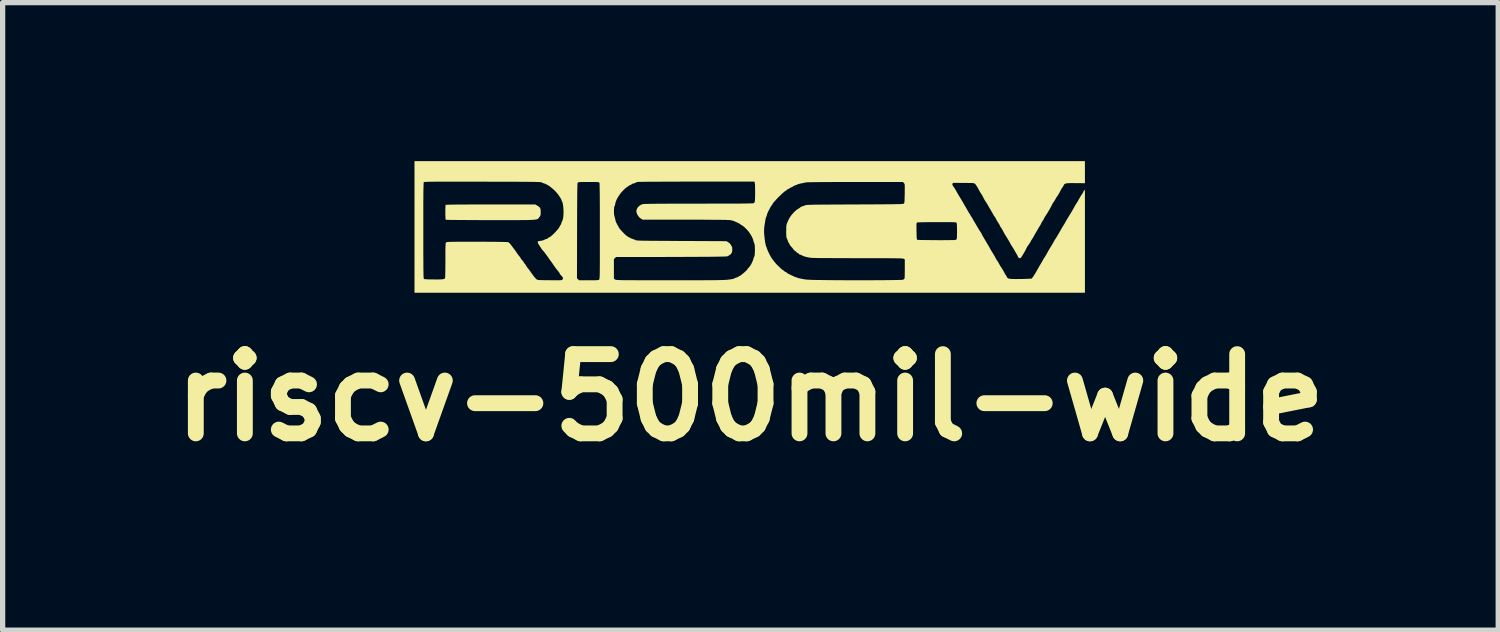
<source format=kicad_pcb>
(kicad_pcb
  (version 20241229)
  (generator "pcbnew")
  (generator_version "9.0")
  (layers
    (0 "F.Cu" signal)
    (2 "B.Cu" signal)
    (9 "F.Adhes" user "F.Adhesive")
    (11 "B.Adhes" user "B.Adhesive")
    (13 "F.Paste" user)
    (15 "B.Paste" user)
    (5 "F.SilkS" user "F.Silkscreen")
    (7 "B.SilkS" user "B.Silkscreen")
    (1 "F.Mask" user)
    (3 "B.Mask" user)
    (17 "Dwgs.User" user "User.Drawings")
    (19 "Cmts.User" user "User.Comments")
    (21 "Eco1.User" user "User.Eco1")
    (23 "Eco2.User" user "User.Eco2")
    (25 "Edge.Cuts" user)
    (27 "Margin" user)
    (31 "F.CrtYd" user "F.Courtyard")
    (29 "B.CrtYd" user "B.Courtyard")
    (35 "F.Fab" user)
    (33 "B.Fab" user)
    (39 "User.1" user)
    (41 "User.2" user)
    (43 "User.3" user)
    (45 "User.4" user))
  (footprint "riscv-500mil-wide"
    (layer "F.Cu")
    (at 11.147 1.246)
    (property "Reference" "riscv-500mil-wide" (at 0.01 3.23 0) (layer "F.SilkS") (effects (font (size 1.5 1.5) (thickness 0.3))))
    (attr board_only exclude_from_pos_files exclude_from_bom)
    (fp_poly (pts (xy -4.03 -0.406) (xy -3.999 -0.387) (xy -3.979 -0.368) (xy -3.967 -0.347) (xy -3.962 -0.318) (xy -3.961 -0.282) (xy -3.961 -0.25) (xy -3.963 -0.228) (xy -3.968 -0.213) (xy -3.976 -0.199) (xy -3.987 -0.185) (xy -3.993 -0.176) (xy -3.999 -0.169) (xy -4.004 -0.162) (xy -4.01 -0.156) (xy -4.018 -0.151) (xy -4.028 -0.146) (xy -4.042 -0.142) (xy -4.059 -0.139) (xy -4.082 -0.137) (xy -4.11 -0.134) (xy -4.146 -0.133) (xy -4.188 -0.131) (xy -4.239 -0.13) (xy -4.3 -0.13) (xy -4.37 -0.129) (xy -4.452 -0.129) (xy -4.545 -0.129) (xy -4.651 -0.129) (xy -4.77 -0.129) (xy -4.903 -0.129) (xy -4.904 -0.129) (xy -5.016 -0.129) (xy -5.124 -0.129) (xy -5.226 -0.13) (xy -5.323 -0.13) (xy -5.412 -0.131) (xy -5.493 -0.131) (xy -5.566 -0.132) (xy -5.628 -0.132) (xy -5.679 -0.133) (xy -5.718 -0.134) (xy -5.743 -0.135) (xy -5.755 -0.135) (xy -5.756 -0.136) (xy -5.76 -0.142) (xy -5.763 -0.156) (xy -5.764 -0.18) (xy -5.766 -0.216) (xy -5.766 -0.265) (xy -5.766 -0.276) (xy -5.766 -0.32) (xy -5.765 -0.359) (xy -5.764 -0.39) (xy -5.763 -0.41) (xy -5.761 -0.418) (xy -5.753 -0.419) (xy -5.729 -0.42) (xy -5.691 -0.421) (xy -5.639 -0.422) (xy -5.571 -0.423) (xy -5.49 -0.424) (xy -5.395 -0.424) (xy -5.286 -0.425) (xy -5.163 -0.425) (xy -5.027 -0.425) (xy -4.91 -0.425) (xy -4.063 -0.425)) (stroke (width 0) (type solid)) (fill yes) (layer "F.SilkS"))
    (fp_poly (pts (xy 6.342 -1.037) (xy 6.342 -0.828) (xy 6.164 -0.829) (xy 6.103 -0.83) (xy 6.054 -0.829) (xy 6.018 -0.828) (xy 5.99 -0.824) (xy 5.971 -0.82) (xy 5.957 -0.812) (xy 5.948 -0.802) (xy 5.94 -0.789) (xy 5.936 -0.778) (xy 5.926 -0.76) (xy 5.918 -0.749) (xy 5.917 -0.748) (xy 5.909 -0.739) (xy 5.898 -0.721) (xy 5.895 -0.715) (xy 5.874 -0.675) (xy 5.854 -0.639) (xy 5.836 -0.608) (xy 5.823 -0.587) (xy 5.818 -0.581) (xy 5.808 -0.567) (xy 5.794 -0.544) (xy 5.781 -0.52) (xy 5.767 -0.497) (xy 5.756 -0.479) (xy 5.75 -0.471) (xy 5.75 -0.471) (xy 5.746 -0.468) (xy 5.741 -0.46) (xy 5.733 -0.446) (xy 5.721 -0.423) (xy 5.704 -0.39) (xy 5.699 -0.38) (xy 5.683 -0.35) (xy 5.661 -0.313) (xy 5.638 -0.274) (xy 5.615 -0.237) (xy 5.595 -0.207) (xy 5.594 -0.205) (xy 5.579 -0.182) (xy 5.567 -0.16) (xy 5.564 -0.151) (xy 5.555 -0.133) (xy 5.541 -0.113) (xy 5.54 -0.111) (xy 5.528 -0.095) (xy 5.522 -0.083) (xy 5.522 -0.082) (xy 5.518 -0.072) (xy 5.508 -0.053) (xy 5.494 -0.028) (xy 5.489 -0.02) (xy 5.471 0.009) (xy 5.456 0.035) (xy 5.444 0.054) (xy 5.443 0.057) (xy 5.431 0.078) (xy 5.416 0.103) (xy 5.412 0.11) (xy 5.397 0.135) (xy 5.381 0.165) (xy 5.374 0.178) (xy 5.358 0.205) (xy 5.342 0.23) (xy 5.335 0.241) (xy 5.324 0.258) (xy 5.317 0.269) (xy 5.317 0.271) (xy 5.313 0.281) (xy 5.303 0.298) (xy 5.289 0.319) (xy 5.275 0.34) (xy 5.263 0.355) (xy 5.261 0.357) (xy 5.253 0.369) (xy 5.241 0.391) (xy 5.228 0.417) (xy 5.226 0.422) (xy 5.209 0.455) (xy 5.189 0.49) (xy 5.173 0.517) (xy 5.158 0.541) (xy 5.145 0.562) (xy 5.138 0.573) (xy 5.125 0.586) (xy 5.11 0.591) (xy 5.096 0.591) (xy 5.086 0.583) (xy 5.076 0.565) (xy 5.074 0.561) (xy 5.059 0.532) (xy 5.043 0.503) (xy 5.04 0.498) (xy 5.024 0.471) (xy 5.009 0.445) (xy 5.006 0.439) (xy 4.992 0.415) (xy 4.975 0.388) (xy 4.969 0.379) (xy 4.953 0.354) (xy 4.935 0.324) (xy 4.92 0.296) (xy 4.904 0.267) (xy 4.883 0.232) (xy 4.86 0.195) (xy 4.85 0.178) (xy 4.83 0.146) (xy 4.812 0.114) (xy 4.797 0.088) (xy 4.792 0.076) (xy 4.776 0.048) (xy 4.759 0.019) (xy 4.754 0.013) (xy 4.741 -0.006) (xy 4.733 -0.021) (xy 4.732 -0.025) (xy 4.728 -0.035) (xy 4.718 -0.052) (xy 4.711 -0.063) (xy 4.692 -0.092) (xy 4.679 -0.114) (xy 4.668 -0.132) (xy 4.658 -0.153) (xy 4.656 -0.157) (xy 4.645 -0.177) (xy 4.636 -0.191) (xy 4.634 -0.194) (xy 4.625 -0.203) (xy 4.616 -0.219) (xy 4.608 -0.233) (xy 4.595 -0.257) (xy 4.577 -0.288) (xy 4.557 -0.322) (xy 4.553 -0.329) (xy 4.532 -0.364) (xy 4.514 -0.396) (xy 4.499 -0.422) (xy 4.489 -0.439) (xy 4.488 -0.441) (xy 4.477 -0.46) (xy 4.466 -0.475) (xy 4.452 -0.496) (xy 4.433 -0.528) (xy 4.412 -0.57) (xy 4.398 -0.596) (xy 4.383 -0.62) (xy 4.379 -0.627) (xy 4.366 -0.646) (xy 4.35 -0.672) (xy 4.338 -0.695) (xy 4.312 -0.743) (xy 4.29 -0.778) (xy 4.273 -0.803) (xy 4.262 -0.815) (xy 4.256 -0.82) (xy 4.25 -0.824) (xy 4.24 -0.827) (xy 4.226 -0.829) (xy 4.205 -0.831) (xy 4.176 -0.832) (xy 4.136 -0.832) (xy 4.084 -0.833) (xy 4.044 -0.833) (xy 3.842 -0.834) (xy 3.835 -0.815) (xy 3.832 -0.798) (xy 3.84 -0.781) (xy 3.844 -0.776) (xy 3.876 -0.731) (xy 3.908 -0.677) (xy 3.921 -0.653) (xy 3.936 -0.626) (xy 3.956 -0.592) (xy 3.976 -0.56) (xy 3.977 -0.558) (xy 3.997 -0.525) (xy 4.019 -0.488) (xy 4.038 -0.456) (xy 4.038 -0.456) (xy 4.056 -0.423) (xy 4.076 -0.389) (xy 4.091 -0.365) (xy 4.107 -0.336) (xy 4.123 -0.308) (xy 4.132 -0.292) (xy 4.144 -0.27) (xy 4.155 -0.254) (xy 4.159 -0.251) (xy 4.168 -0.238) (xy 4.17 -0.231) (xy 4.175 -0.219) (xy 4.185 -0.202) (xy 4.187 -0.2) (xy 4.202 -0.18) (xy 4.214 -0.16) (xy 4.214 -0.16) (xy 4.223 -0.142) (xy 4.236 -0.118) (xy 4.244 -0.106) (xy 4.256 -0.085) (xy 4.274 -0.055) (xy 4.294 -0.021) (xy 4.309 0.006) (xy 4.328 0.037) (xy 4.343 0.063) (xy 4.355 0.081) (xy 4.361 0.088) (xy 4.368 0.097) (xy 4.378 0.114) (xy 4.383 0.124) (xy 4.392 0.144) (xy 4.404 0.166) (xy 4.42 0.193) (xy 4.44 0.228) (xy 4.467 0.273) (xy 4.473 0.283) (xy 4.493 0.317) (xy 4.516 0.356) (xy 4.538 0.394) (xy 4.541 0.4) (xy 4.565 0.442) (xy 4.585 0.476) (xy 4.604 0.507) (xy 4.624 0.539) (xy 4.638 0.564) (xy 4.652 0.59) (xy 4.653 0.592) (xy 4.664 0.614) (xy 4.675 0.63) (xy 4.677 0.632) (xy 4.691 0.652) (xy 4.71 0.684) (xy 4.726 0.714) (xy 4.735 0.731) (xy 4.75 0.754) (xy 4.759 0.767) (xy 4.775 0.791) (xy 4.789 0.815) (xy 4.795 0.824) (xy 4.816 0.864) (xy 4.831 0.893) (xy 4.843 0.911) (xy 4.848 0.918) (xy 4.859 0.935) (xy 4.867 0.951) (xy 4.873 0.962) (xy 4.883 0.97) (xy 4.897 0.977) (xy 4.918 0.981) (xy 4.947 0.985) (xy 4.986 0.986) (xy 5.037 0.987) (xy 5.1 0.986) (xy 5.13 0.986) (xy 5.183 0.985) (xy 5.231 0.983) (xy 5.272 0.982) (xy 5.305 0.98) (xy 5.325 0.979) (xy 5.332 0.977) (xy 5.341 0.969) (xy 5.356 0.949) (xy 5.375 0.922) (xy 5.395 0.89) (xy 5.416 0.855) (xy 5.436 0.82) (xy 5.442 0.809) (xy 5.455 0.786) (xy 5.473 0.754) (xy 5.493 0.72) (xy 5.503 0.703) (xy 5.522 0.672) (xy 5.538 0.644) (xy 5.549 0.623) (xy 5.554 0.615) (xy 5.564 0.597) (xy 5.572 0.585) (xy 5.581 0.572) (xy 5.595 0.55) (xy 5.612 0.521) (xy 5.63 0.489) (xy 5.648 0.456) (xy 5.653 0.448) (xy 5.666 0.425) (xy 5.682 0.399) (xy 5.689 0.387) (xy 5.705 0.362) (xy 5.72 0.336) (xy 5.726 0.327) (xy 5.749 0.284) (xy 5.77 0.248) (xy 5.787 0.222) (xy 5.788 0.22) (xy 5.798 0.205) (xy 5.813 0.18) (xy 5.831 0.15) (xy 5.851 0.116) (xy 5.87 0.083) (xy 5.887 0.055) (xy 5.898 0.035) (xy 5.9 0.03) (xy 5.91 0.013) (xy 5.924 -0.01) (xy 5.932 -0.023) (xy 5.949 -0.05) (xy 5.965 -0.077) (xy 5.97 -0.087) (xy 5.979 -0.104) (xy 5.995 -0.131) (xy 6.015 -0.164) (xy 6.038 -0.202) (xy 6.054 -0.228) (xy 6.078 -0.267) (xy 6.1 -0.304) (xy 6.119 -0.337) (xy 6.133 -0.362) (xy 6.139 -0.372) (xy 6.153 -0.399) (xy 6.171 -0.429) (xy 6.178 -0.44) (xy 6.195 -0.466) (xy 6.214 -0.498) (xy 6.226 -0.521) (xy 6.244 -0.552) (xy 6.265 -0.587) (xy 6.281 -0.611) (xy 6.296 -0.634) (xy 6.307 -0.652) (xy 6.312 -0.662) (xy 6.312 -0.663) (xy 6.316 -0.673) (xy 6.327 -0.689) (xy 6.327 -0.689) (xy 6.342 -0.708) (xy 6.342 0.269) (xy 6.342 1.246) (xy -0.004 1.246) (xy -6.35 1.246) (xy -6.35 0.002) (xy -6.183 0.002) (xy -6.183 0.069) (xy -6.183 0.207) (xy -6.183 0.33) (xy -6.183 0.44) (xy -6.183 0.537) (xy -6.182 0.621) (xy -6.182 0.695) (xy -6.182 0.758) (xy -6.181 0.811) (xy -6.18 0.855) (xy -6.18 0.892) (xy -6.179 0.921) (xy -6.178 0.943) (xy -6.177 0.96) (xy -6.175 0.972) (xy -6.174 0.979) (xy -6.172 0.983) (xy -6.171 0.985) (xy -6.159 0.988) (xy -6.131 0.991) (xy -6.088 0.993) (xy -6.03 0.994) (xy -5.985 0.994) (xy -5.924 0.995) (xy -5.877 0.994) (xy -5.841 0.993) (xy -5.815 0.99) (xy -5.796 0.987) (xy -5.783 0.981) (xy -5.775 0.974) (xy -5.771 0.969) (xy -5.77 0.96) (xy -5.769 0.937) (xy -5.768 0.903) (xy -5.767 0.858) (xy -5.766 0.804) (xy -5.766 0.743) (xy -5.765 0.676) (xy -5.765 0.634) (xy -5.765 0.554) (xy -5.765 0.489) (xy -5.765 0.436) (xy -5.764 0.394) (xy -5.763 0.362) (xy -5.762 0.337) (xy -5.761 0.32) (xy -5.759 0.309) (xy -5.757 0.301) (xy -5.754 0.296) (xy -5.751 0.293) (xy -5.747 0.291) (xy -5.742 0.289) (xy -5.733 0.287) (xy -5.72 0.285) (xy -5.702 0.284) (xy -5.678 0.283) (xy -5.647 0.282) (xy -5.608 0.282) (xy -5.559 0.281) (xy -5.5 0.281) (xy -5.43 0.281) (xy -5.347 0.281) (xy -5.251 0.281) (xy -5.166 0.281) (xy -5.074 0.281) (xy -4.986 0.281) (xy -4.904 0.282) (xy -4.828 0.282) (xy -4.759 0.283) (xy -4.7 0.284) (xy -4.651 0.285) (xy -4.614 0.286) (xy -4.589 0.287) (xy -4.579 0.288) (xy -4.578 0.288) (xy -4.563 0.298) (xy -4.545 0.315) (xy -4.54 0.32) (xy -4.525 0.339) (xy -4.505 0.364) (xy -4.484 0.393) (xy -4.462 0.422) (xy -4.442 0.449) (xy -4.426 0.471) (xy -4.416 0.486) (xy -4.413 0.491) (xy -4.409 0.498) (xy -4.398 0.514) (xy -4.383 0.533) (xy -4.368 0.552) (xy -4.355 0.567) (xy -4.354 0.568) (xy -4.346 0.58) (xy -4.345 0.584) (xy -4.342 0.59) (xy -4.335 0.601) (xy -4.32 0.62) (xy -4.296 0.647) (xy -4.296 0.648) (xy -4.286 0.66) (xy -4.284 0.667) (xy -4.279 0.676) (xy -4.268 0.691) (xy -4.261 0.699) (xy -4.247 0.716) (xy -4.239 0.728) (xy -4.238 0.731) (xy -4.234 0.741) (xy -4.221 0.759) (xy -4.202 0.784) (xy -4.181 0.81) (xy -4.172 0.822) (xy -4.159 0.84) (xy -4.156 0.845) (xy -4.122 0.893) (xy -4.091 0.934) (xy -4.065 0.966) (xy -4.044 0.987) (xy -4.034 0.996) (xy -4.027 0.999) (xy -4.016 1.002) (xy -4 1.005) (xy -3.977 1.006) (xy -3.946 1.007) (xy -3.904 1.008) (xy -3.851 1.009) (xy -3.785 1.009) (xy -3.72 1.01) (xy -3.668 1.01) (xy -3.629 1.01) (xy -3.599 1.009) (xy -3.578 1.008) (xy -3.565 1.006) (xy -3.556 1.004) (xy -3.551 1.001) (xy -3.548 0.996) (xy -3.548 0.996) (xy -3.541 0.98) (xy -3.54 0.973) (xy -3.274 0.973) (xy -3.255 0.991) (xy -3.236 1.01) (xy -3.053 1.01) (xy -2.994 1.01) (xy -2.949 1.01) (xy -2.915 1.009) (xy -2.891 1.008) (xy -2.874 1.005) (xy -2.863 1.003) (xy -2.856 0.999) (xy -2.855 0.998) (xy -2.853 0.995) (xy -2.851 0.992) (xy -2.849 0.986) (xy -2.848 0.979) (xy -2.575 0.979) (xy -2.554 0.994) (xy -2.551 0.996) (xy -2.547 0.998) (xy -2.542 1) (xy -2.535 1.002) (xy -2.525 1.003) (xy -2.512 1.004) (xy -2.494 1.005) (xy -2.471 1.006) (xy -2.442 1.007) (xy -2.406 1.008) (xy -2.363 1.008) (xy -2.312 1.009) (xy -2.251 1.009) (xy -2.181 1.009) (xy -2.1 1.01) (xy -2.007 1.01) (xy -1.903 1.01) (xy -1.785 1.01) (xy -1.654 1.01) (xy -1.523 1.01) (xy -1.376 1.01) (xy -1.243 1.01) (xy -1.124 1.01) (xy -1.017 1.01) (xy -0.922 1.01) (xy -0.839 1.009) (xy -0.765 1.009) (xy -0.701 1.009) (xy -0.646 1.008) (xy -0.598 1.007) (xy -0.557 1.006) (xy -0.523 1.005) (xy -0.493 1.004) (xy -0.468 1.003) (xy -0.447 1.002) (xy -0.429 1) (xy -0.412 0.998) (xy -0.41 0.998) (xy -0.361 0.992) (xy -0.325 0.985) (xy -0.301 0.978) (xy -0.287 0.971) (xy -0.268 0.961) (xy -0.252 0.957) (xy -0.252 0.957) (xy -0.236 0.953) (xy -0.218 0.942) (xy -0.203 0.931) (xy -0.193 0.927) (xy -0.192 0.927) (xy -0.182 0.922) (xy -0.163 0.909) (xy -0.14 0.89) (xy -0.114 0.869) (xy -0.089 0.846) (xy -0.068 0.826) (xy -0.052 0.809) (xy -0.046 0.799) (xy -0.046 0.799) (xy -0.04 0.788) (xy -0.032 0.781) (xy -0.014 0.762) (xy 0.007 0.733) (xy 0.028 0.698) (xy 0.046 0.661) (xy 0.06 0.625) (xy 0.065 0.607) (xy 0.072 0.583) (xy 0.081 0.565) (xy 0.087 0.548) (xy 0.091 0.521) (xy 0.093 0.485) (xy 0.095 0.445) (xy 0.094 0.405) (xy 0.093 0.367) (xy 0.089 0.336) (xy 0.085 0.315) (xy 0.083 0.311) (xy 0.074 0.291) (xy 0.066 0.266) (xy 0.065 0.258) (xy 0.054 0.222) (xy 0.034 0.18) (xy 0.008 0.135) (xy -0.02 0.095) (xy 0.268 0.095) (xy 0.268 0.099) (xy 0.27 0.139) (xy 0.275 0.184) (xy 0.28 0.23) (xy 0.286 0.274) (xy 0.293 0.313) (xy 0.299 0.344) (xy 0.305 0.364) (xy 0.307 0.369) (xy 0.316 0.387) (xy 0.323 0.409) (xy 0.329 0.427) (xy 0.34 0.455) (xy 0.356 0.488) (xy 0.373 0.523) (xy 0.391 0.556) (xy 0.406 0.582) (xy 0.414 0.595) (xy 0.442 0.632) (xy 0.471 0.669) (xy 0.498 0.701) (xy 0.521 0.725) (xy 0.524 0.728) (xy 0.546 0.748) (xy 0.571 0.772) (xy 0.582 0.783) (xy 0.6 0.799) (xy 0.614 0.81) (xy 0.62 0.813) (xy 0.63 0.818) (xy 0.643 0.831) (xy 0.644 0.832) (xy 0.662 0.847) (xy 0.68 0.855) (xy 0.694 0.861) (xy 0.699 0.867) (xy 0.705 0.874) (xy 0.721 0.884) (xy 0.731 0.889) (xy 0.753 0.899) (xy 0.77 0.908) (xy 0.775 0.91) (xy 0.846 0.944) (xy 0.924 0.97) (xy 1.011 0.989) (xy 1.079 0.998) (xy 1.104 0.999) (xy 1.141 1.001) (xy 1.191 1.003) (xy 1.251 1.004) (xy 1.321 1.005) (xy 1.398 1.006) (xy 1.483 1.007) (xy 1.574 1.008) (xy 1.67 1.009) (xy 1.769 1.009) (xy 1.87 1.01) (xy 1.973 1.01) (xy 2.076 1.01) (xy 2.178 1.01) (xy 2.278 1.01) (xy 2.375 1.009) (xy 2.467 1.009) (xy 2.553 1.008) (xy 2.632 1.007) (xy 2.704 1.006) (xy 2.766 1.005) (xy 2.818 1.004) (xy 2.859 1.003) (xy 2.886 1.001) (xy 2.901 0.999) (xy 2.902 0.999) (xy 2.918 0.987) (xy 2.927 0.976) (xy 2.929 0.965) (xy 2.93 0.941) (xy 2.931 0.907) (xy 2.931 0.864) (xy 2.932 0.816) (xy 2.932 0.79) (xy 2.932 0.616) (xy 2.914 0.604) (xy 2.91 0.602) (xy 2.903 0.6) (xy 2.893 0.599) (xy 2.879 0.597) (xy 2.86 0.596) (xy 2.835 0.595) (xy 2.803 0.594) (xy 2.764 0.594) (xy 2.716 0.593) (xy 2.659 0.593) (xy 2.592 0.592) (xy 2.514 0.592) (xy 2.425 0.592) (xy 2.323 0.592) (xy 2.207 0.592) (xy 2.078 0.592) (xy 2.053 0.592) (xy 1.941 0.592) (xy 1.831 0.591) (xy 1.726 0.591) (xy 1.627 0.591) (xy 1.534 0.59) (xy 1.449 0.59) (xy 1.373 0.589) (xy 1.306 0.589) (xy 1.251 0.588) (xy 1.207 0.587) (xy 1.176 0.586) (xy 1.16 0.585) (xy 1.158 0.585) (xy 1.106 0.577) (xy 1.057 0.566) (xy 1.016 0.553) (xy 0.986 0.54) (xy 0.985 0.539) (xy 0.966 0.529) (xy 0.949 0.524) (xy 0.947 0.524) (xy 0.934 0.519) (xy 0.93 0.513) (xy 0.92 0.503) (xy 0.903 0.493) (xy 0.888 0.485) (xy 0.881 0.478) (xy 0.881 0.477) (xy 0.875 0.469) (xy 0.86 0.458) (xy 0.855 0.455) (xy 0.837 0.442) (xy 0.826 0.429) (xy 0.825 0.427) (xy 0.817 0.415) (xy 0.803 0.396) (xy 0.786 0.378) (xy 0.769 0.358) (xy 0.756 0.341) (xy 0.752 0.332) (xy 0.747 0.318) (xy 0.741 0.311) (xy 0.732 0.299) (xy 0.723 0.278) (xy 0.718 0.264) (xy 0.71 0.24) (xy 0.701 0.221) (xy 0.697 0.214) (xy 0.693 0.204) (xy 0.69 0.182) (xy 0.688 0.149) (xy 0.687 0.102) (xy 0.687 0.084) (xy 0.688 0.039) (xy 0.688 0.005) (xy 0.69 -0.02) (xy 0.691 -0.025) (xy 3.153 -0.025) (xy 3.153 0.009) (xy 3.153 0.055) (xy 3.154 0.081) (xy 3.155 0.135) (xy 3.156 0.175) (xy 3.157 0.205) (xy 3.16 0.224) (xy 3.163 0.236) (xy 3.166 0.242) (xy 3.167 0.243) (xy 3.177 0.245) (xy 3.2 0.246) (xy 3.234 0.247) (xy 3.278 0.248) (xy 3.33 0.249) (xy 3.388 0.249) (xy 3.45 0.25) (xy 3.515 0.25) (xy 3.58 0.251) (xy 3.643 0.251) (xy 3.703 0.25) (xy 3.759 0.25) (xy 3.807 0.249) (xy 3.846 0.249) (xy 3.875 0.248) (xy 3.892 0.246) (xy 3.894 0.246) (xy 3.91 0.236) (xy 3.916 0.225) (xy 3.918 0.213) (xy 3.919 0.188) (xy 3.92 0.153) (xy 3.921 0.112) (xy 3.921 0.069) (xy 3.92 0.016) (xy 3.919 -0.024) (xy 3.917 -0.052) (xy 3.914 -0.07) (xy 3.911 -0.08) (xy 3.91 -0.081) (xy 3.905 -0.084) (xy 3.894 -0.086) (xy 3.878 -0.088) (xy 3.853 -0.089) (xy 3.82 -0.09) (xy 3.777 -0.091) (xy 3.723 -0.091) (xy 3.656 -0.091) (xy 3.575 -0.091) (xy 3.54 -0.091) (xy 3.443 -0.091) (xy 3.361 -0.09) (xy 3.292 -0.089) (xy 3.239 -0.088) (xy 3.199 -0.087) (xy 3.175 -0.085) (xy 3.166 -0.083) (xy 3.161 -0.079) (xy 3.157 -0.074) (xy 3.155 -0.064) (xy 3.153 -0.049) (xy 3.153 -0.025) (xy 0.691 -0.025) (xy 0.693 -0.04) (xy 0.698 -0.058) (xy 0.705 -0.077) (xy 0.708 -0.084) (xy 0.734 -0.141) (xy 0.761 -0.189) (xy 0.792 -0.231) (xy 0.831 -0.275) (xy 0.832 -0.276) (xy 0.857 -0.3) (xy 0.876 -0.317) (xy 0.895 -0.331) (xy 0.919 -0.346) (xy 0.922 -0.348) (xy 0.942 -0.361) (xy 0.957 -0.373) (xy 0.974 -0.384) (xy 0.996 -0.391) (xy 0.996 -0.391) (xy 1.022 -0.399) (xy 1.044 -0.409) (xy 1.049 -0.411) (xy 1.056 -0.413) (xy 1.065 -0.414) (xy 1.079 -0.416) (xy 1.097 -0.417) (xy 1.121 -0.418) (xy 1.151 -0.419) (xy 1.188 -0.42) (xy 1.233 -0.421) (xy 1.287 -0.421) (xy 1.35 -0.422) (xy 1.424 -0.422) (xy 1.508 -0.423) (xy 1.605 -0.424) (xy 1.714 -0.424) (xy 1.837 -0.425) (xy 1.974 -0.425) (xy 1.984 -0.425) (xy 2.121 -0.426) (xy 2.245 -0.426) (xy 2.354 -0.427) (xy 2.451 -0.428) (xy 2.535 -0.428) (xy 2.609 -0.429) (xy 2.672 -0.429) (xy 2.726 -0.43) (xy 2.771 -0.431) (xy 2.808 -0.431) (xy 2.837 -0.432) (xy 2.861 -0.433) (xy 2.879 -0.435) (xy 2.892 -0.436) (xy 2.902 -0.437) (xy 2.908 -0.439) (xy 2.912 -0.441) (xy 2.915 -0.443) (xy 2.919 -0.448) (xy 2.922 -0.457) (xy 2.925 -0.47) (xy 2.927 -0.491) (xy 2.928 -0.519) (xy 2.929 -0.559) (xy 2.93 -0.611) (xy 2.931 -0.633) (xy 2.931 -0.69) (xy 2.932 -0.733) (xy 2.931 -0.765) (xy 2.931 -0.788) (xy 2.929 -0.804) (xy 2.926 -0.814) (xy 2.922 -0.822) (xy 2.917 -0.829) (xy 2.915 -0.831) (xy 2.898 -0.851) (xy 1.994 -0.851) (xy 1.839 -0.851) (xy 1.697 -0.85) (xy 1.569 -0.85) (xy 1.455 -0.849) (xy 1.355 -0.849) (xy 1.269 -0.848) (xy 1.198 -0.847) (xy 1.141 -0.846) (xy 1.099 -0.845) (xy 1.071 -0.844) (xy 1.06 -0.842) (xy 1.037 -0.837) (xy 1.006 -0.831) (xy 0.972 -0.824) (xy 0.97 -0.824) (xy 0.939 -0.817) (xy 0.913 -0.81) (xy 0.896 -0.803) (xy 0.894 -0.802) (xy 0.874 -0.793) (xy 0.853 -0.786) (xy 0.832 -0.778) (xy 0.816 -0.767) (xy 0.801 -0.755) (xy 0.79 -0.752) (xy 0.777 -0.748) (xy 0.758 -0.737) (xy 0.752 -0.733) (xy 0.734 -0.721) (xy 0.719 -0.714) (xy 0.716 -0.714) (xy 0.705 -0.708) (xy 0.702 -0.703) (xy 0.694 -0.693) (xy 0.689 -0.691) (xy 0.677 -0.686) (xy 0.657 -0.671) (xy 0.631 -0.649) (xy 0.6 -0.621) (xy 0.567 -0.589) (xy 0.533 -0.556) (xy 0.501 -0.522) (xy 0.473 -0.491) (xy 0.449 -0.464) (xy 0.433 -0.442) (xy 0.426 -0.429) (xy 0.425 -0.427) (xy 0.42 -0.417) (xy 0.414 -0.41) (xy 0.402 -0.396) (xy 0.391 -0.377) (xy 0.391 -0.377) (xy 0.381 -0.358) (xy 0.367 -0.331) (xy 0.354 -0.307) (xy 0.34 -0.279) (xy 0.329 -0.251) (xy 0.323 -0.232) (xy 0.317 -0.208) (xy 0.309 -0.189) (xy 0.308 -0.187) (xy 0.301 -0.17) (xy 0.295 -0.145) (xy 0.292 -0.129) (xy 0.288 -0.1) (xy 0.282 -0.063) (xy 0.276 -0.03) (xy 0.269 0.029) (xy 0.268 0.095) (xy -0.02 0.095) (xy -0.023 0.091) (xy -0.056 0.052) (xy -0.063 0.045) (xy -0.093 0.015) (xy -0.116 -0.005) (xy -0.133 -0.019) (xy -0.147 -0.028) (xy -0.154 -0.031) (xy -0.169 -0.039) (xy -0.175 -0.046) (xy -0.182 -0.052) (xy -0.203 -0.065) (xy -0.238 -0.082) (xy -0.288 -0.105) (xy -0.289 -0.105) (xy -0.315 -0.115) (xy -0.349 -0.124) (xy -0.372 -0.129) (xy -0.389 -0.13) (xy -0.42 -0.131) (xy -0.467 -0.133) (xy -0.527 -0.134) (xy -0.601 -0.135) (xy -0.689 -0.135) (xy -0.79 -0.136) (xy -0.904 -0.137) (xy -1.031 -0.137) (xy -1.17 -0.137) (xy -1.227 -0.137) (xy -2.032 -0.138) (xy -2.066 -0.159) (xy -2.096 -0.183) (xy -2.121 -0.216) (xy -2.14 -0.253) (xy -2.149 -0.288) (xy -2.15 -0.296) (xy -2.142 -0.336) (xy -2.122 -0.372) (xy -2.091 -0.402) (xy -2.052 -0.424) (xy -2.018 -0.433) (xy -2.005 -0.434) (xy -1.977 -0.435) (xy -1.936 -0.436) (xy -1.88 -0.437) (xy -1.812 -0.438) (xy -1.732 -0.439) (xy -1.64 -0.439) (xy -1.537 -0.44) (xy -1.423 -0.44) (xy -1.3 -0.44) (xy -1.167 -0.44) (xy -1.025 -0.44) (xy -0.963 -0.44) (xy -0.796 -0.441) (xy -0.644 -0.441) (xy -0.507 -0.441) (xy -0.386 -0.441) (xy -0.278 -0.442) (xy -0.186 -0.442) (xy -0.108 -0.443) (xy -0.044 -0.444) (xy 0.005 -0.445) (xy 0.041 -0.446) (xy 0.062 -0.447) (xy 0.068 -0.448) (xy 0.084 -0.461) (xy 0.091 -0.471) (xy 0.093 -0.483) (xy 0.095 -0.508) (xy 0.097 -0.542) (xy 0.098 -0.583) (xy 0.099 -0.629) (xy 0.099 -0.676) (xy 0.098 -0.722) (xy 0.097 -0.764) (xy 0.096 -0.799) (xy 0.094 -0.825) (xy 0.091 -0.839) (xy 0.084 -0.858) (xy -1.004 -0.858) (xy -1.132 -0.858) (xy -1.256 -0.858) (xy -1.376 -0.857) (xy -1.49 -0.857) (xy -1.597 -0.857) (xy -1.697 -0.856) (xy -1.789 -0.856) (xy -1.871 -0.855) (xy -1.944 -0.855) (xy -2.006 -0.854) (xy -2.056 -0.853) (xy -2.093 -0.853) (xy -2.117 -0.852) (xy -2.126 -0.851) (xy -2.147 -0.846) (xy -2.161 -0.84) (xy -2.164 -0.837) (xy -2.174 -0.831) (xy -2.192 -0.826) (xy -2.197 -0.825) (xy -2.218 -0.819) (xy -2.234 -0.811) (xy -2.235 -0.81) (xy -2.25 -0.799) (xy -2.264 -0.794) (xy -2.283 -0.785) (xy -2.303 -0.771) (xy -2.304 -0.77) (xy -2.319 -0.758) (xy -2.33 -0.752) (xy -2.331 -0.752) (xy -2.34 -0.747) (xy -2.356 -0.733) (xy -2.377 -0.713) (xy -2.4 -0.691) (xy -2.422 -0.667) (xy -2.441 -0.646) (xy -2.45 -0.634) (xy -2.494 -0.57) (xy -2.526 -0.513) (xy -2.544 -0.463) (xy -2.548 -0.443) (xy -2.553 -0.419) (xy -2.559 -0.401) (xy -2.562 -0.396) (xy -2.568 -0.382) (xy -2.571 -0.356) (xy -2.574 -0.323) (xy -2.574 -0.288) (xy -2.573 -0.253) (xy -2.57 -0.223) (xy -2.565 -0.203) (xy -2.556 -0.173) (xy -2.549 -0.142) (xy -2.548 -0.137) (xy -2.542 -0.112) (xy -2.53 -0.081) (xy -2.518 -0.057) (xy -2.503 -0.03) (xy -2.489 -0.004) (xy -2.482 0.012) (xy -2.472 0.025) (xy -2.455 0.047) (xy -2.431 0.073) (xy -2.405 0.101) (xy -2.379 0.128) (xy -2.355 0.151) (xy -2.336 0.167) (xy -2.336 0.167) (xy -2.311 0.184) (xy -2.28 0.202) (xy -2.248 0.217) (xy -2.221 0.228) (xy -2.21 0.232) (xy -2.186 0.239) (xy -2.165 0.25) (xy -2.165 0.25) (xy -2.161 0.252) (xy -2.155 0.253) (xy -2.145 0.255) (xy -2.132 0.256) (xy -2.113 0.258) (xy -2.089 0.259) (xy -2.059 0.26) (xy -2.021 0.261) (xy -1.974 0.261) (xy -1.919 0.262) (xy -1.854 0.263) (xy -1.778 0.263) (xy -1.691 0.264) (xy -1.591 0.264) (xy -1.479 0.265) (xy -1.352 0.266) (xy -1.295 0.266) (xy -0.444 0.27) (xy -0.409 0.291) (xy -0.385 0.309) (xy -0.368 0.328) (xy -0.365 0.334) (xy -0.355 0.353) (xy -0.345 0.365) (xy -0.338 0.379) (xy -0.335 0.406) (xy -0.334 0.427) (xy -0.336 0.463) (xy -0.345 0.491) (xy -0.361 0.514) (xy -0.388 0.535) (xy -0.425 0.556) (xy -0.432 0.557) (xy -0.449 0.559) (xy -0.475 0.56) (xy -0.51 0.561) (xy -0.556 0.562) (xy -0.612 0.563) (xy -0.68 0.564) (xy -0.758 0.565) (xy -0.848 0.565) (xy -0.949 0.566) (xy -1.063 0.567) (xy -1.189 0.567) (xy -1.328 0.568) (xy -1.48 0.568) (xy -1.646 0.569) (xy -1.825 0.569) (xy -2.018 0.569) (xy -2.226 0.569) (xy -2.449 0.57) (xy -2.529 0.57) (xy -2.537 0.574) (xy -2.551 0.586) (xy -2.554 0.589) (xy -2.575 0.608) (xy -2.575 0.793) (xy -2.575 0.979) (xy -2.848 0.979) (xy -2.848 0.977) (xy -2.846 0.965) (xy -2.845 0.948) (xy -2.844 0.925) (xy -2.843 0.897) (xy -2.843 0.861) (xy -2.842 0.818) (xy -2.842 0.766) (xy -2.841 0.704) (xy -2.841 0.633) (xy -2.841 0.55) (xy -2.841 0.456) (xy -2.841 0.348) (xy -2.841 0.227) (xy -2.841 0.092) (xy -2.841 0.082) (xy -2.841 -0.076) (xy -2.841 -0.219) (xy -2.841 -0.346) (xy -2.842 -0.459) (xy -2.842 -0.557) (xy -2.843 -0.64) (xy -2.844 -0.708) (xy -2.845 -0.762) (xy -2.846 -0.801) (xy -2.847 -0.826) (xy -2.849 -0.836) (xy -2.849 -0.836) (xy -2.852 -0.84) (xy -2.857 -0.844) (xy -2.866 -0.847) (xy -2.881 -0.848) (xy -2.903 -0.85) (xy -2.934 -0.85) (xy -2.976 -0.851) (xy -3.031 -0.851) (xy -3.053 -0.851) (xy -3.113 -0.851) (xy -3.16 -0.85) (xy -3.196 -0.85) (xy -3.221 -0.848) (xy -3.239 -0.847) (xy -3.25 -0.844) (xy -3.257 -0.841) (xy -3.26 -0.838) (xy -3.261 -0.834) (xy -3.263 -0.826) (xy -3.264 -0.812) (xy -3.265 -0.793) (xy -3.266 -0.767) (xy -3.267 -0.734) (xy -3.268 -0.692) (xy -3.269 -0.642) (xy -3.269 -0.582) (xy -3.27 -0.511) (xy -3.27 -0.429) (xy -3.271 -0.336) (xy -3.271 -0.23) (xy -3.272 -0.11) (xy -3.272 0.024) (xy -3.272 0.074) (xy -3.274 0.973) (xy -3.54 0.973) (xy -3.54 0.966) (xy -3.547 0.95) (xy -3.563 0.93) (xy -3.583 0.909) (xy -3.595 0.894) (xy -3.6 0.883) (xy -3.6 0.883) (xy -3.605 0.872) (xy -3.615 0.857) (xy -3.629 0.84) (xy -3.647 0.818) (xy -3.654 0.809) (xy -3.67 0.788) (xy -3.684 0.769) (xy -3.688 0.763) (xy -3.701 0.746) (xy -3.715 0.726) (xy -3.715 0.725) (xy -3.727 0.707) (xy -3.744 0.683) (xy -3.76 0.661) (xy -3.779 0.635) (xy -3.798 0.609) (xy -3.809 0.592) (xy -3.844 0.543) (xy -3.872 0.505) (xy -3.895 0.474) (xy -3.916 0.45) (xy -3.935 0.429) (xy -3.946 0.415) (xy -3.95 0.405) (xy -3.955 0.395) (xy -3.965 0.384) (xy -3.976 0.37) (xy -3.98 0.362) (xy -3.985 0.351) (xy -3.996 0.335) (xy -3.999 0.331) (xy -4.014 0.307) (xy -4.017 0.289) (xy -4.014 0.278) (xy -4.007 0.272) (xy -3.991 0.268) (xy -3.969 0.265) (xy -3.938 0.26) (xy -3.907 0.251) (xy -3.893 0.244) (xy -3.872 0.234) (xy -3.855 0.228) (xy -3.85 0.228) (xy -3.836 0.223) (xy -3.824 0.213) (xy -3.811 0.201) (xy -3.801 0.197) (xy -3.788 0.192) (xy -3.767 0.177) (xy -3.741 0.154) (xy -3.712 0.127) (xy -3.683 0.097) (xy -3.655 0.066) (xy -3.63 0.037) (xy -3.612 0.012) (xy -3.602 -0.006) (xy -3.6 -0.012) (xy -3.595 -0.024) (xy -3.589 -0.03) (xy -3.58 -0.043) (xy -3.571 -0.064) (xy -3.569 -0.071) (xy -3.562 -0.095) (xy -3.552 -0.116) (xy -3.55 -0.119) (xy -3.542 -0.141) (xy -3.535 -0.174) (xy -3.531 -0.217) (xy -3.529 -0.265) (xy -3.529 -0.315) (xy -3.532 -0.364) (xy -3.536 -0.401) (xy -3.541 -0.432) (xy -3.546 -0.456) (xy -3.55 -0.467) (xy -3.56 -0.487) (xy -3.565 -0.503) (xy -3.571 -0.519) (xy -3.581 -0.539) (xy -3.598 -0.566) (xy -3.623 -0.603) (xy -3.625 -0.606) (xy -3.659 -0.649) (xy -3.7 -0.693) (xy -3.746 -0.733) (xy -3.793 -0.77) (xy -3.839 -0.799) (xy -3.881 -0.819) (xy -3.9 -0.825) (xy -3.924 -0.833) (xy -3.942 -0.842) (xy -3.945 -0.844) (xy -3.951 -0.846) (xy -3.961 -0.847) (xy -3.973 -0.848) (xy -3.991 -0.849) (xy -4.013 -0.85) (xy -4.042 -0.851) (xy -4.077 -0.852) (xy -4.12 -0.853) (xy -4.171 -0.853) (xy -4.231 -0.854) (xy -4.301 -0.854) (xy -4.38 -0.855) (xy -4.471 -0.855) (xy -4.574 -0.855) (xy -4.689 -0.856) (xy -4.818 -0.856) (xy -4.96 -0.856) (xy -5.063 -0.857) (xy -5.217 -0.857) (xy -5.355 -0.857) (xy -5.481 -0.857) (xy -5.593 -0.857) (xy -5.692 -0.857) (xy -5.78 -0.857) (xy -5.857 -0.857) (xy -5.924 -0.857) (xy -5.981 -0.856) (xy -6.029 -0.856) (xy -6.069 -0.855) (xy -6.101 -0.854) (xy -6.126 -0.853) (xy -6.146 -0.852) (xy -6.159 -0.851) (xy -6.168 -0.85) (xy -6.173 -0.849) (xy -6.175 -0.848) (xy -6.176 -0.842) (xy -6.177 -0.829) (xy -6.178 -0.807) (xy -6.179 -0.777) (xy -6.18 -0.736) (xy -6.181 -0.686) (xy -6.182 -0.625) (xy -6.182 -0.552) (xy -6.183 -0.467) (xy -6.183 -0.37) (xy -6.183 -0.26) (xy -6.183 -0.136) (xy -6.183 0.002) (xy -6.35 0.002) (xy -6.35 0) (xy -6.35 -1.246) (xy -0.004 -1.246) (xy 6.342 -1.246)) (stroke (width 0) (type solid)) (fill yes) (layer "F.SilkS")))
  (gr_rect
    (start -3 -3)
    (end 25.314 8.88)
    (stroke (width 0.1) (type default))
    (fill no)
    (layer "Edge.Cuts")))
</source>
